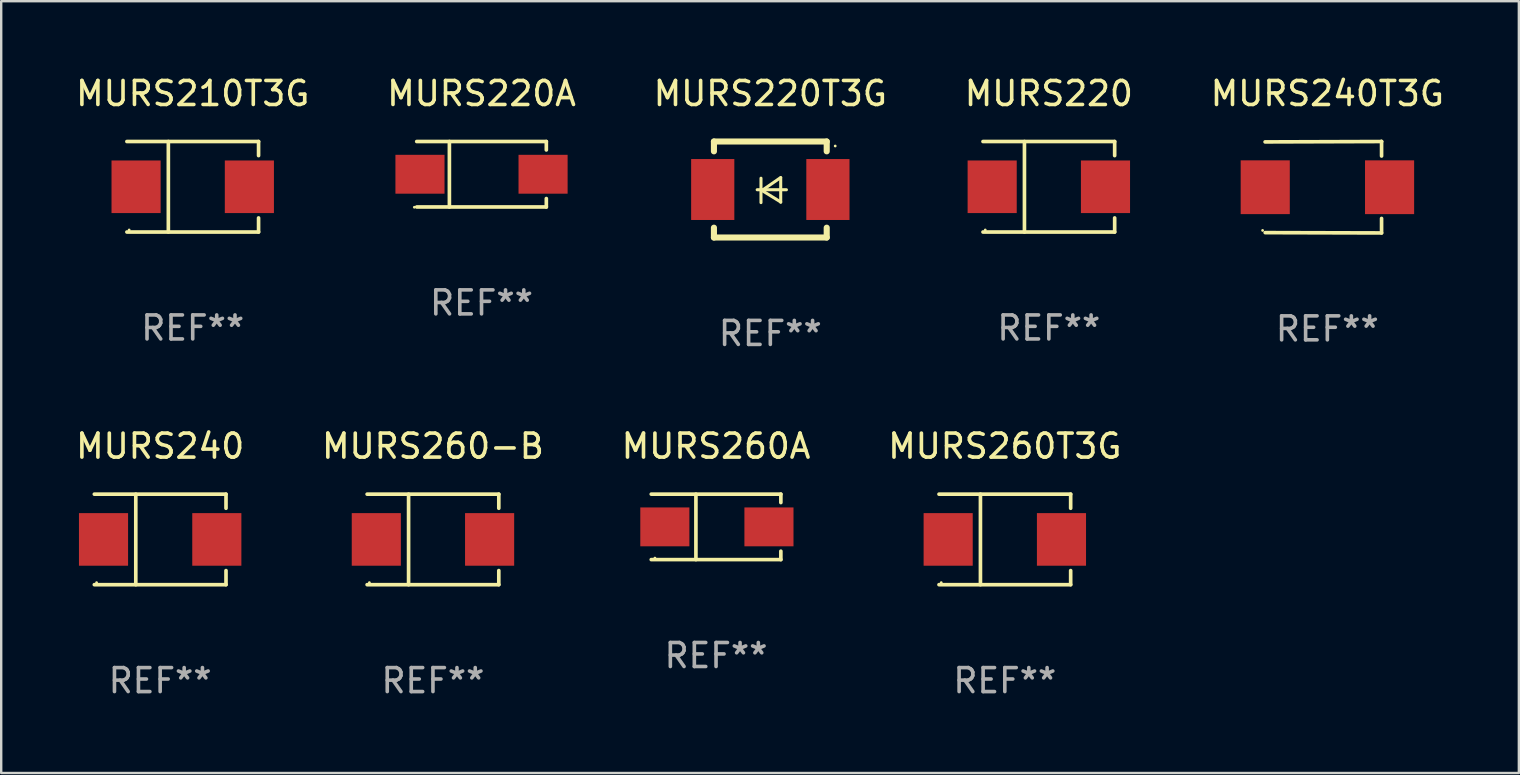
<source format=kicad_pcb>
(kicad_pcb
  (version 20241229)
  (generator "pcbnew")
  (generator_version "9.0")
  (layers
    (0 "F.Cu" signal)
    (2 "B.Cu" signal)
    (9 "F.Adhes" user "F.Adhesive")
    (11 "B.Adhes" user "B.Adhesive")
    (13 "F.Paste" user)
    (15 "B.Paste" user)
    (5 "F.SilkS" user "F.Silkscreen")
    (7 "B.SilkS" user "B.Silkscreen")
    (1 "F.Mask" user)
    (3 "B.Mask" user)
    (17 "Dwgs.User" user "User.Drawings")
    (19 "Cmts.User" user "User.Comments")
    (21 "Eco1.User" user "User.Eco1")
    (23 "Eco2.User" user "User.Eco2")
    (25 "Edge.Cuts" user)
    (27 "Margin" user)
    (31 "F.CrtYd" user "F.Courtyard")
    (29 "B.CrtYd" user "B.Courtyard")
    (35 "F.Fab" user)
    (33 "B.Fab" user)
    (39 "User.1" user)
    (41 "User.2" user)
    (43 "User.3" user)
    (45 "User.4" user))
  (footprint "MURS220"
    (layer "F.Cu")
    (at 40.661 4.734)
    (property "Reference" "MURS220" (at 0 -3.886 0) (layer "F.SilkS") (effects (font (size 1 1) (thickness 0.15))))
    (attr through_hole)
    (fp_line (start -2.744 -1.886) (end 2.744 -1.886) (stroke (width 0.152) (type solid)) (layer "F.SilkS"))
    (fp_line (start -2.744 1.886) (end 2.744 1.886) (stroke (width 0.152) (type solid)) (layer "F.SilkS"))
    (fp_line (start -1.016 -1.886) (end -1.016 1.886) (stroke (width 0.152) (type solid)) (layer "F.SilkS"))
    (fp_line (start 2.744 -1.886) (end 2.744 -1.299) (stroke (width 0.152) (type solid)) (layer "F.SilkS"))
    (fp_line (start 2.744 1.886) (end 2.744 1.299) (stroke (width 0.152) (type solid)) (layer "F.SilkS"))
    (fp_circle (center -2.65 1.8) (end -2.62 1.8) (stroke (width 0.06) (type solid)) (fill no) (layer "F.SilkS"))
    (fp_text user "REF**" (at 0 5.886 0) (layer "F.Fab") (effects (font (size 1 1) (thickness 0.15))))
    (pad "1" smd rect (at -2.361 0) (size 2.047 2.192) (layers "F.Cu" "F.Mask" "F.Paste"))
    (pad "2" smd rect (at 2.361 0) (size 2.047 2.192) (layers "F.Cu" "F.Mask" "F.Paste")))
  (footprint "MURS240"
    (layer "F.Cu")
    (at 3.625 19.431)
    (property "Reference" "MURS240" (at 0 -3.886 0) (layer "F.SilkS") (effects (font (size 1 1) (thickness 0.15))))
    (attr through_hole)
    (fp_line (start -2.744 -1.886) (end 2.744 -1.886) (stroke (width 0.152) (type solid)) (layer "F.SilkS"))
    (fp_line (start -2.744 1.886) (end 2.744 1.886) (stroke (width 0.152) (type solid)) (layer "F.SilkS"))
    (fp_line (start -1.016 -1.886) (end -1.016 1.886) (stroke (width 0.152) (type solid)) (layer "F.SilkS"))
    (fp_line (start 2.744 -1.886) (end 2.744 -1.299) (stroke (width 0.152) (type solid)) (layer "F.SilkS"))
    (fp_line (start 2.744 1.886) (end 2.744 1.299) (stroke (width 0.152) (type solid)) (layer "F.SilkS"))
    (fp_circle (center -2.65 1.8) (end -2.62 1.8) (stroke (width 0.06) (type solid)) (fill no) (layer "F.SilkS"))
    (fp_text user "REF**" (at 0 5.886 0) (layer "F.Fab") (effects (font (size 1 1) (thickness 0.15))))
    (pad "1" smd rect (at -2.361 0) (size 2.047 2.192) (layers "F.Cu" "F.Mask" "F.Paste"))
    (pad "2" smd rect (at 2.361 0) (size 2.047 2.192) (layers "F.Cu" "F.Mask" "F.Paste")))
  (footprint "MURS220T3G"
    (layer "F.Cu")
    (at 29.054 4.848)
    (property "Reference" "MURS220T3G" (at 0 -4 0) (layer "F.SilkS") (effects (font (size 1 1) (thickness 0.15))))
    (attr through_hole)
    (fp_line (start -2.35 -2) (end -2.35 -1.591) (stroke (width 0.254) (type solid)) (layer "F.SilkS"))
    (fp_line (start -2.35 -2) (end 2.35 -2) (stroke (width 0.254) (type solid)) (layer "F.SilkS"))
    (fp_line (start -2.35 1.591) (end -2.35 2) (stroke (width 0.254) (type solid)) (layer "F.SilkS"))
    (fp_line (start -2.35 2) (end 2.35 2) (stroke (width 0.254) (type solid)) (layer "F.SilkS"))
    (fp_line (start -0.548 0.01) (end 0.671 0.01) (stroke (width 0.127) (type solid)) (layer "F.SilkS"))
    (fp_line (start -0.389 -0.47) (end -0.389 0.546) (stroke (width 0.127) (type solid)) (layer "F.SilkS"))
    (fp_line (start -0.35 0.04) (end 0.433 0.52) (stroke (width 0.127) (type solid)) (layer "F.SilkS"))
    (fp_line (start 0.433 -0.5) (end -0.35 0.04) (stroke (width 0.127) (type solid)) (layer "F.SilkS"))
    (fp_line (start 0.433 0.53) (end 0.433 -0.486) (stroke (width 0.127) (type solid)) (layer "F.SilkS"))
    (fp_line (start 2.35 -2) (end 2.35 -1.591) (stroke (width 0.254) (type solid)) (layer "F.SilkS"))
    (fp_line (start 2.35 1.591) (end 2.35 2) (stroke (width 0.254) (type solid)) (layer "F.SilkS"))
    (fp_circle (center 2.704 -1.813) (end 2.734 -1.813) (stroke (width 0.06) (type solid)) (fill no) (layer "F.SilkS"))
    (fp_text user "REF**" (at 0 6 0) (layer "F.Fab") (effects (font (size 1 1) (thickness 0.15))))
    (pad "1" smd rect (at 2.4 0) (size 1.8 2.54) (layers "F.Cu" "F.Mask" "F.Paste"))
    (pad "2" smd rect (at -2.4 0) (size 1.8 2.54) (layers "F.Cu" "F.Mask" "F.Paste")))
  (footprint "MURS260T3G"
    (layer "F.Cu")
    (at 38.827 19.431)
    (property "Reference" "MURS260T3G" (at 0 -3.886 0) (layer "F.SilkS") (effects (font (size 1 1) (thickness 0.15))))
    (attr through_hole)
    (fp_line (start -2.744 -1.886) (end 2.744 -1.886) (stroke (width 0.152) (type solid)) (layer "F.SilkS"))
    (fp_line (start -2.744 1.886) (end 2.744 1.886) (stroke (width 0.152) (type solid)) (layer "F.SilkS"))
    (fp_line (start -1.016 -1.886) (end -1.016 1.886) (stroke (width 0.152) (type solid)) (layer "F.SilkS"))
    (fp_line (start 2.744 -1.886) (end 2.744 -1.299) (stroke (width 0.152) (type solid)) (layer "F.SilkS"))
    (fp_line (start 2.744 1.886) (end 2.744 1.299) (stroke (width 0.152) (type solid)) (layer "F.SilkS"))
    (fp_circle (center -2.65 1.8) (end -2.62 1.8) (stroke (width 0.06) (type solid)) (fill no) (layer "F.SilkS"))
    (fp_text user "REF**" (at 0 5.886 0) (layer "F.Fab") (effects (font (size 1 1) (thickness 0.15))))
    (pad "1" smd rect (at -2.361 0) (size 2.047 2.192) (layers "F.Cu" "F.Mask" "F.Paste"))
    (pad "2" smd rect (at 2.361 0) (size 2.047 2.192) (layers "F.Cu" "F.Mask" "F.Paste")))
  (footprint "MURS210T3G"
    (layer "F.Cu")
    (at 4.982 4.734)
    (property "Reference" "MURS210T3G" (at 0 -3.886 0) (layer "F.SilkS") (effects (font (size 1 1) (thickness 0.15))))
    (attr through_hole)
    (fp_line (start -2.744 -1.886) (end 2.744 -1.886) (stroke (width 0.152) (type solid)) (layer "F.SilkS"))
    (fp_line (start -2.744 1.886) (end 2.744 1.886) (stroke (width 0.152) (type solid)) (layer "F.SilkS"))
    (fp_line (start -1.016 -1.886) (end -1.016 1.886) (stroke (width 0.152) (type solid)) (layer "F.SilkS"))
    (fp_line (start 2.744 -1.886) (end 2.744 -1.299) (stroke (width 0.152) (type solid)) (layer "F.SilkS"))
    (fp_line (start 2.744 1.886) (end 2.744 1.299) (stroke (width 0.152) (type solid)) (layer "F.SilkS"))
    (fp_circle (center -2.65 1.8) (end -2.62 1.8) (stroke (width 0.06) (type solid)) (fill no) (layer "F.SilkS"))
    (fp_text user "REF**" (at 0 5.886 0) (layer "F.Fab") (effects (font (size 1 1) (thickness 0.15))))
    (pad "1" smd rect (at -2.361 0) (size 2.047 2.192) (layers "F.Cu" "F.Mask" "F.Paste"))
    (pad "2" smd rect (at 2.361 0) (size 2.047 2.192) (layers "F.Cu" "F.Mask" "F.Paste")))
  (footprint "MURS240T3G"
    (layer "F.Cu")
    (at 52.268 4.753)
    (property "Reference" "MURS240T3G" (at 0 -3.905 0) (layer "F.SilkS") (effects (font (size 1 1) (thickness 0.15))))
    (attr through_hole)
    (fp_line (start 2.256 -1.905) (end -2.594 -1.889) (stroke (width 0.152) (type solid)) (layer "F.SilkS"))
    (fp_line (start 2.256 -1.905) (end 2.26 -1.905) (stroke (width 0.152) (type solid)) (layer "F.SilkS"))
    (fp_line (start 2.26 -1.905) (end 2.26 -1.301) (stroke (width 0.152) (type solid)) (layer "F.SilkS"))
    (fp_line (start 2.26 1.301) (end 2.26 1.905) (stroke (width 0.152) (type solid)) (layer "F.SilkS"))
    (fp_line (start 2.26 1.905) (end -2.59 1.892) (stroke (width 0.152) (type solid)) (layer "F.SilkS"))
    (fp_circle (center -2.697 1.8) (end -2.667 1.8) (stroke (width 0.06) (type solid)) (fill no) (layer "F.SilkS"))
    (fp_text user "REF**" (at 0 5.905 0) (layer "F.Fab") (effects (font (size 1 1) (thickness 0.15))))
    (pad "1" smd rect (at -2.588 0) (size 2.047 2.241) (layers "F.Cu" "F.Mask" "F.Paste"))
    (pad "2" smd rect (at 2.594 0) (size 2.047 2.241) (layers "F.Cu" "F.Mask" "F.Paste")))
  (footprint "MURS260A"
    (layer "F.Cu")
    (at 26.792 18.908)
    (property "Reference" "MURS260A" (at 0 -3.364 0) (layer "F.SilkS") (effects (font (size 1 1) (thickness 0.15))))
    (attr through_hole)
    (fp_line (start -2.701 -1.364) (end 2.701 -1.364) (stroke (width 0.152) (type solid)) (layer "F.SilkS"))
    (fp_line (start -2.701 1.364) (end 2.701 1.364) (stroke (width 0.152) (type solid)) (layer "F.SilkS"))
    (fp_line (start -0.839 -1.364) (end -0.839 1.364) (stroke (width 0.152) (type solid)) (layer "F.SilkS"))
    (fp_line (start 2.701 -1.364) (end 2.701 -1.013) (stroke (width 0.152) (type solid)) (layer "F.SilkS"))
    (fp_line (start 2.701 1.364) (end 2.701 1.013) (stroke (width 0.152) (type solid)) (layer "F.SilkS"))
    (fp_circle (center -2.548 1.3) (end -2.518 1.3) (stroke (width 0.06) (type solid)) (fill no) (layer "F.SilkS"))
    (fp_text user "REF**" (at 0 5.364 0) (layer "F.Fab") (effects (font (size 1 1) (thickness 0.15))))
    (pad "1" smd rect (at -2.134 0.000025) (size 2.046 1.62) (layers "F.Cu" "F.Mask" "F.Paste"))
    (pad "2" smd rect (at 2.205 0.000025) (size 2.046 1.62) (layers "F.Cu" "F.Mask" "F.Paste")))
  (footprint "MURS260-B"
    (layer "F.Cu")
    (at 14.994 19.431)
    (property "Reference" "MURS260-B" (at 0 -3.886 0) (layer "F.SilkS") (effects (font (size 1 1) (thickness 0.15))))
    (attr through_hole)
    (fp_line (start -2.744 -1.886) (end 2.744 -1.886) (stroke (width 0.152) (type solid)) (layer "F.SilkS"))
    (fp_line (start -2.744 1.886) (end 2.744 1.886) (stroke (width 0.152) (type solid)) (layer "F.SilkS"))
    (fp_line (start -1.016 -1.886) (end -1.016 1.886) (stroke (width 0.152) (type solid)) (layer "F.SilkS"))
    (fp_line (start 2.744 -1.886) (end 2.744 -1.299) (stroke (width 0.152) (type solid)) (layer "F.SilkS"))
    (fp_line (start 2.744 1.886) (end 2.744 1.299) (stroke (width 0.152) (type solid)) (layer "F.SilkS"))
    (fp_circle (center -2.65 1.8) (end -2.62 1.8) (stroke (width 0.06) (type solid)) (fill no) (layer "F.SilkS"))
    (fp_text user "REF**" (at 0 5.886 0) (layer "F.Fab") (effects (font (size 1 1) (thickness 0.15))))
    (pad "1" smd rect (at -2.361 0) (size 2.047 2.192) (layers "F.Cu" "F.Mask" "F.Paste"))
    (pad "2" smd rect (at 2.361 0) (size 2.047 2.192) (layers "F.Cu" "F.Mask" "F.Paste")))
  (footprint "MURS220A"
    (layer "F.Cu")
    (at 17.018 4.212)
    (property "Reference" "MURS220A" (at 0 -3.364 0) (layer "F.SilkS") (effects (font (size 1 1) (thickness 0.15))))
    (attr through_hole)
    (fp_line (start -2.701 -1.364) (end 2.701 -1.364) (stroke (width 0.152) (type solid)) (layer "F.SilkS"))
    (fp_line (start -2.701 1.364) (end 2.701 1.364) (stroke (width 0.152) (type solid)) (layer "F.SilkS"))
    (fp_line (start -1.339 -1.364) (end -1.339 1.364) (stroke (width 0.152) (type solid)) (layer "F.SilkS"))
    (fp_line (start 2.701 -1.364) (end 2.701 -1.013) (stroke (width 0.152) (type solid)) (layer "F.SilkS"))
    (fp_line (start 2.701 1.364) (end 2.701 1.013) (stroke (width 0.152) (type solid)) (layer "F.SilkS"))
    (fp_circle (center -2.8 1.375) (end -2.77 1.375) (stroke (width 0.06) (type solid)) (fill no) (layer "F.SilkS"))
    (fp_text user "REF**" (at 0 5.364 0) (layer "F.Fab") (effects (font (size 1 1) (thickness 0.15))))
    (pad "1" smd rect (at -2.565 -0.000025) (size 2.046 1.62) (layers "F.Cu" "F.Mask" "F.Paste"))
    (pad "2" smd rect (at 2.565 -0.000025) (size 2.046 1.62) (layers "F.Cu" "F.Mask" "F.Paste")))
  (gr_rect
    (start -3 -3)
    (end 60.25 29.165)
    (stroke (width 0.1) (type default))
    (fill no)
    (layer "Edge.Cuts")))
</source>
